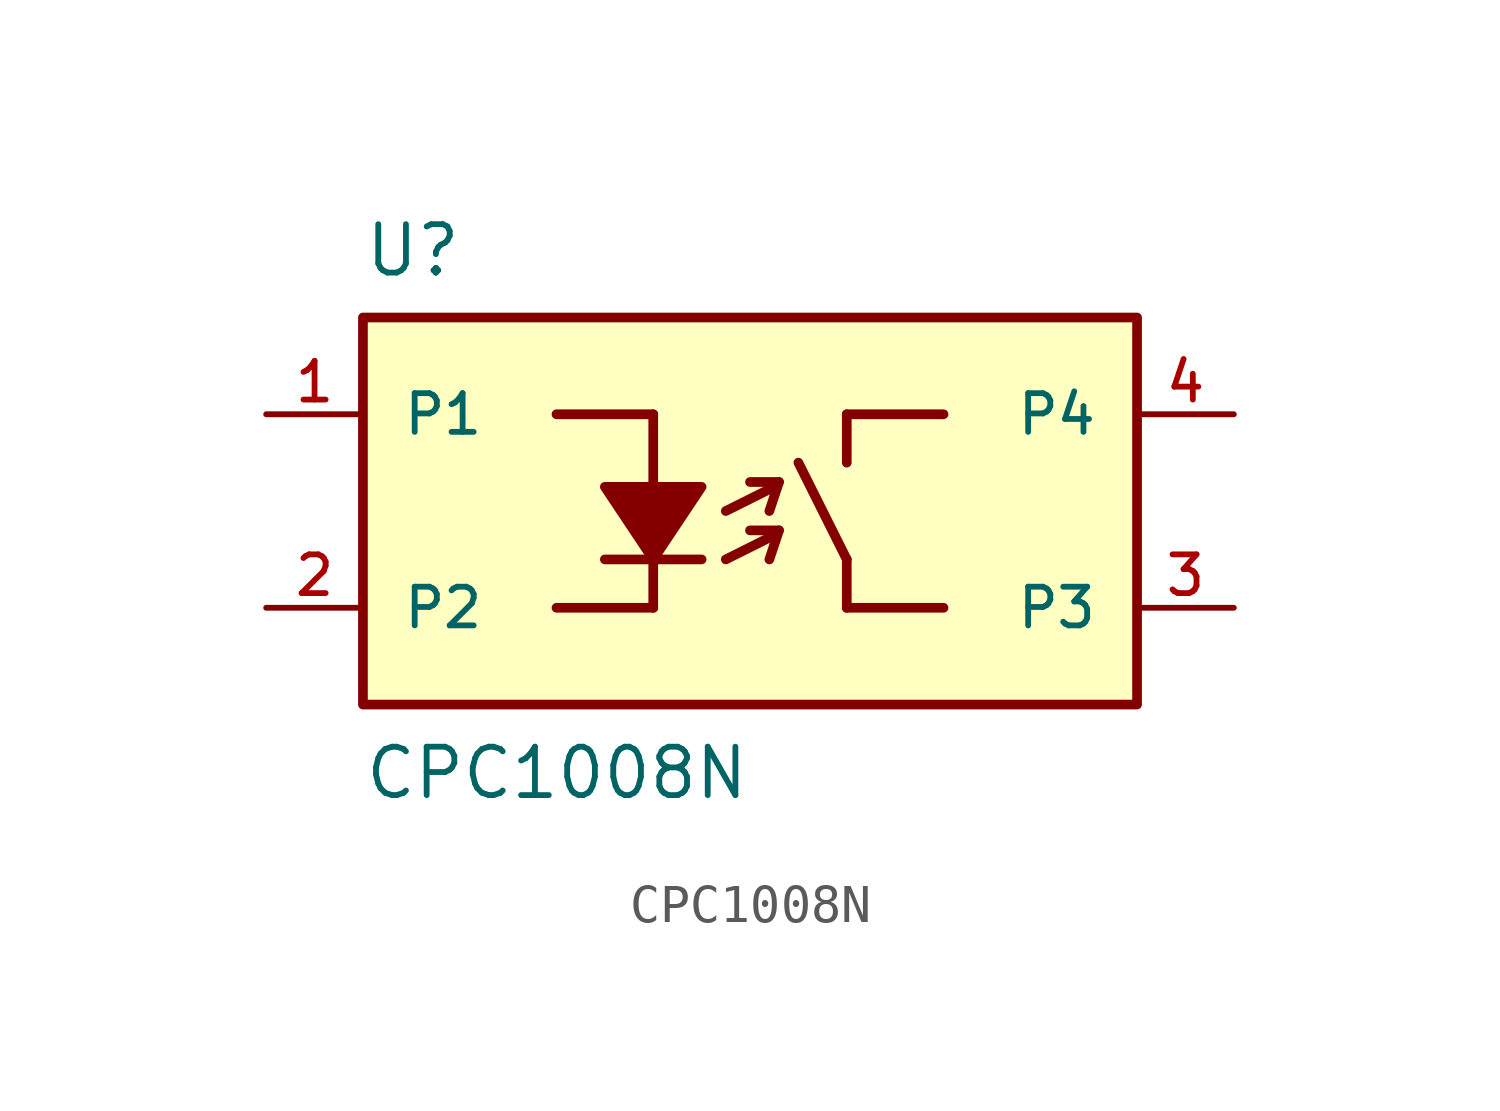
<source format=kicad_sym>
(kicad_symbol_lib
  (version 20211014)
  (generator kicad_symbol_editor)
  (symbol "CPC1008N"
    (pin_names
      (offset 1.016))
    (property "Reference" "U"
      (at -10.16 6.096 0)
      (effects (font (size 1.27 1.27)) (justify bottom left)))
    (property "Value" "CPC1008N"
      (at -10.16 -7.62 0)
      (effects (font (size 1.27 1.27)) (justify bottom left)))
    (symbol "CPC1008N_0_0"
      (polyline (pts (xy -5.08 2.54) (xy -2.54 2.54)) (stroke (width 0.254)))
      (polyline (pts (xy -2.54 2.54) (xy -2.54 -2.54)) (stroke (width 0.254)))
      (polyline (pts (xy -2.54 -2.54) (xy -5.08 -2.54)) (stroke (width 0.254)))
      (polyline (pts (xy 5.08 -2.54) (xy 2.54 -2.54)) (stroke (width 0.254)))
      (polyline (pts (xy 2.54 -2.54) (xy 2.54 -1.27)) (stroke (width 0.254)))
      (polyline (pts (xy 2.54 -1.27) (xy 1.27 1.27)) (stroke (width 0.254)))
      (polyline (pts (xy 2.54 1.27) (xy 2.54 2.54)) (stroke (width 0.254)))
      (polyline (pts (xy 2.54 2.54) (xy 5.08 2.54)) (stroke (width 0.254)))
      (polyline (pts (xy -3.81 -1.27) (xy -1.27 -1.27)) (stroke (width 0.254)))
      (polyline (pts (xy -0.635 -1.27) (xy 0.635 -0.635)) (stroke (width 0.254)))
      (polyline (pts (xy -0.635 0.0) (xy 0.635 0.635)) (stroke (width 0.254)))
      (polyline (pts (xy 0.762 -0.508) (xy 0.0 -0.508)) (stroke (width 0.254)))
      (polyline (pts (xy 0.762 -0.508) (xy 0.508 -1.27)) (stroke (width 0.254)))
      (polyline (pts (xy 0.762 0.762) (xy 0.0 0.762)) (stroke (width 0.254)))
      (polyline (pts (xy 0.762 0.762) (xy 0.508 0.0)) (stroke (width 0.254)))
      (polyline (pts (xy -3.81 0.635) (xy -1.27 0.635) (xy -2.54 -1.27) (xy -3.81 0.635)) (stroke (width 0.254)) (fill (type outline)))
      (rectangle (start -10.16 -5.08) (end 10.16 5.08) (stroke (width 0.254)) (fill (type background)))
      (pin passive line (at -12.7 2.54 0) (length 2.54) (name "P1" (effects (font (size 1.016 1.016)))) (number "1" (effects (font (size 1.016 1.016)))))
      (pin passive line (at -12.7 -2.54 0) (length 2.54) (name "P2" (effects (font (size 1.016 1.016)))) (number "2" (effects (font (size 1.016 1.016)))))
      (pin passive line (at 12.7 -2.54 180.0) (length 2.54) (name "P3" (effects (font (size 1.016 1.016)))) (number "3" (effects (font (size 1.016 1.016)))))
      (pin passive line (at 12.7 2.54 180.0) (length 2.54) (name "P4" (effects (font (size 1.016 1.016)))) (number "4" (effects (font (size 1.016 1.016))))))))
</source>
